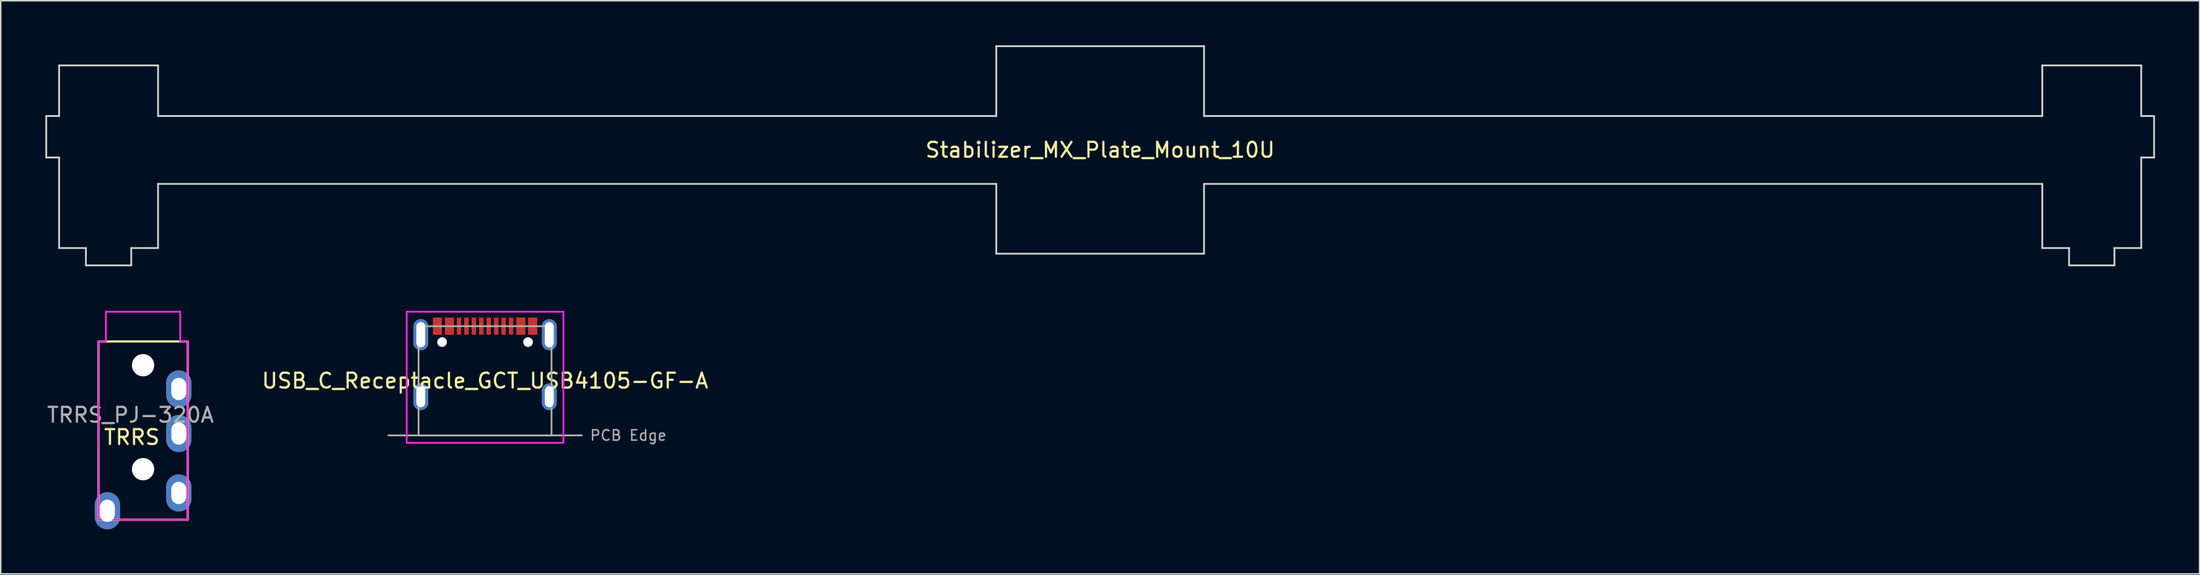
<source format=kicad_pcb>
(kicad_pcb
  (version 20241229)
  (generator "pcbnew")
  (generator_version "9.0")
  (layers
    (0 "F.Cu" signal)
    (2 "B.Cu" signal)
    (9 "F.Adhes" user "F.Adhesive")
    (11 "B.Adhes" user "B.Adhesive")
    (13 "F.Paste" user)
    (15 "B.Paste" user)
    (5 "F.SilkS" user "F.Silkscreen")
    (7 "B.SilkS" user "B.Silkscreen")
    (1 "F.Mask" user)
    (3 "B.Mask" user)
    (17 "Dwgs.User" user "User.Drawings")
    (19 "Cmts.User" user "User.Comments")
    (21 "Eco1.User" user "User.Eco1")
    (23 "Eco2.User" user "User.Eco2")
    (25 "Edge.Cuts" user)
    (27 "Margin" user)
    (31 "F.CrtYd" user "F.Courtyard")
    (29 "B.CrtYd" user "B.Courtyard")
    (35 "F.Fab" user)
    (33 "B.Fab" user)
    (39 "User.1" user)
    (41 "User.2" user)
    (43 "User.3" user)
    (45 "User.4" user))
  (footprint "USB_C_Receptacle_GCT_USB4105-GF-A"
    (layer "F.Cu")
    (at 29.565 22.587)
    (property "Reference" "USB_C_Receptacle_GCT_USB4105-GF-A" (at 0 0 0) (layer "F.SilkS") (effects (font (size 1 1) (thickness 0.15))))
    (attr smd)
    (fp_line (start -5.27 -4.65) (end -5.27 4.175) (stroke (width 0.12) (type solid)) (layer "F.CrtYd"))
    (fp_line (start -5.27 -4.65) (end 5.27 -4.65) (stroke (width 0.12) (type solid)) (layer "F.CrtYd"))
    (fp_line (start -5.27 4.175) (end 5.27 4.175) (stroke (width 0.12) (type solid)) (layer "F.CrtYd"))
    (fp_line (start 5.27 4.175) (end 5.27 -4.65) (stroke (width 0.12) (type solid)) (layer "F.CrtYd"))
    (fp_line (start -6.5 3.675) (end 6.5 3.675) (stroke (width 0.12) (type solid)) (layer "F.Fab"))
    (fp_line (start -4.47 -3.675) (end -4.47 3.675) (stroke (width 0.12) (type solid)) (layer "F.Fab"))
    (fp_line (start -4.47 3.675) (end 4.47 3.675) (stroke (width 0.12) (type solid)) (layer "F.Fab"))
    (fp_line (start 4.47 -3.675) (end -4.47 -3.675) (stroke (width 0.12) (type solid)) (layer "F.Fab"))
    (fp_line (start 4.47 3.675) (end 4.47 -3.675) (stroke (width 0.12) (type solid)) (layer "F.Fab"))
    (fp_text user "PCB Edge" (at 7 3.675 0) (layer "F.Fab") (effects (font (size 0.7 0.7) (thickness 0.1)) (justify left)))
    (pad "" np_thru_hole circle (at -2.89 -2.605) (size 0.65 0.65) (drill 0.65) (layers "*.Cu" "*.Mask"))
    (pad "" np_thru_hole circle (at 2.89 -2.605) (size 0.65 0.65) (drill 0.65) (layers "*.Cu" "*.Mask"))
    (pad "A1" smd rect (at -3.2 -3.68) (size 0.6 1.15) (layers "F.Cu" "F.Mask" "F.Paste"))
    (pad "A4" smd rect (at -2.4 -3.68) (size 0.6 1.15) (layers "F.Cu" "F.Mask" "F.Paste"))
    (pad "A5" smd rect (at -1.25 -3.68) (size 0.3 1.15) (layers "F.Cu" "F.Mask" "F.Paste"))
    (pad "A6" smd rect (at -0.25 -3.68) (size 0.3 1.15) (layers "F.Cu" "F.Mask" "F.Paste"))
    (pad "A7" smd rect (at 0.25 -3.68) (size 0.3 1.15) (layers "F.Cu" "F.Mask" "F.Paste"))
    (pad "A8" smd rect (at 1.25 -3.68) (size 0.3 1.15) (layers "F.Cu" "F.Mask" "F.Paste"))
    (pad "A9" smd rect (at 2.4 -3.68) (size 0.6 1.15) (layers "F.Cu" "F.Mask" "F.Paste"))
    (pad "A12" smd rect (at 3.2 -3.68) (size 0.6 1.15) (layers "F.Cu" "F.Mask" "F.Paste"))
    (pad "B1" smd rect (at 3.2 -3.68) (size 0.6 1.15) (layers "F.Cu" "F.Mask" "F.Paste"))
    (pad "B4" smd rect (at 2.4 -3.68) (size 0.6 1.15) (layers "F.Cu" "F.Mask" "F.Paste"))
    (pad "B5" smd rect (at 1.75 -3.68) (size 0.3 1.15) (layers "F.Cu" "F.Mask" "F.Paste"))
    (pad "B6" smd rect (at 0.75 -3.68) (size 0.3 1.15) (layers "F.Cu" "F.Mask" "F.Paste"))
    (pad "B7" smd rect (at -0.75 -3.68) (size 0.3 1.15) (layers "F.Cu" "F.Mask" "F.Paste"))
    (pad "B8" smd rect (at -1.75 -3.68) (size 0.3 1.15) (layers "F.Cu" "F.Mask" "F.Paste"))
    (pad "B9" smd rect (at -2.4 -3.68) (size 0.6 1.15) (layers "F.Cu" "F.Mask" "F.Paste"))
    (pad "B12" smd rect (at -3.2 -3.68) (size 0.6 1.15) (layers "F.Cu" "F.Mask" "F.Paste"))
    (pad "S1" thru_hole oval (at -4.32 -3.105) (size 1 2.1) (drill oval 0.6 1.7) (layers "*.Cu" "*.Mask"))
    (pad "S1" thru_hole oval (at -4.32 1.075) (size 1 1.8) (drill oval 0.6 1.4) (layers "*.Cu" "*.Mask"))
    (pad "S1" thru_hole oval (at 4.32 -3.105) (size 1 2.1) (drill oval 0.6 1.7) (layers "*.Cu" "*.Mask"))
    (pad "S1" thru_hole oval (at 4.32 1.075) (size 1 1.8) (drill oval 0.6 1.4) (layers "*.Cu" "*.Mask")))
  (footprint "Stabilizer_MX_Plate_Mount_10U"
    (layer "F.Cu")
    (at 70.926 7.045)
    (property "Reference" "Stabilizer_MX_Plate_Mount_10U" (at 0 0 0) (layer "F.SilkS") (effects (font (size 1 1) (thickness 0.15))))
    (attr through_hole)
    (fp_line (start -70.866 -2.286) (end -70.866 0.508) (stroke (width 0.12) (type solid)) (layer "Edge.Cuts"))
    (fp_line (start -70.866 0.508) (end -70.002 0.508) (stroke (width 0.12) (type solid)) (layer "Edge.Cuts"))
    (fp_line (start -70.002 -5.69) (end -70.002 -2.286) (stroke (width 0.12) (type solid)) (layer "Edge.Cuts"))
    (fp_line (start -70.002 -2.286) (end -70.866 -2.286) (stroke (width 0.12) (type solid)) (layer "Edge.Cuts"))
    (fp_line (start -70.002 0.508) (end -70.002 6.604) (stroke (width 0.12) (type solid)) (layer "Edge.Cuts"))
    (fp_line (start -70.002 6.604) (end -68.199 6.604) (stroke (width 0.12) (type solid)) (layer "Edge.Cuts"))
    (fp_line (start -68.199 6.604) (end -68.199 7.772) (stroke (width 0.12) (type solid)) (layer "Edge.Cuts"))
    (fp_line (start -68.199 7.772) (end -65.151 7.772) (stroke (width 0.12) (type solid)) (layer "Edge.Cuts"))
    (fp_line (start -65.151 6.604) (end -63.348 6.604) (stroke (width 0.12) (type solid)) (layer "Edge.Cuts"))
    (fp_line (start -65.151 7.772) (end -65.151 6.604) (stroke (width 0.12) (type solid)) (layer "Edge.Cuts"))
    (fp_line (start -63.348 -5.69) (end -70.002 -5.69) (stroke (width 0.12) (type solid)) (layer "Edge.Cuts"))
    (fp_line (start -63.348 -2.286) (end -63.348 -5.69) (stroke (width 0.12) (type solid)) (layer "Edge.Cuts"))
    (fp_line (start -63.348 2.286) (end -6.985 2.286) (stroke (width 0.12) (type solid)) (layer "Edge.Cuts"))
    (fp_line (start -63.348 6.604) (end -63.348 2.286) (stroke (width 0.12) (type solid)) (layer "Edge.Cuts"))
    (fp_line (start -6.985 -6.985) (end -6.985 -2.286) (stroke (width 0.12) (type solid)) (layer "Edge.Cuts"))
    (fp_line (start -6.985 -6.985) (end 6.985 -6.985) (stroke (width 0.12) (type solid)) (layer "Edge.Cuts"))
    (fp_line (start -6.985 -2.286) (end -63.348 -2.286) (stroke (width 0.12) (type solid)) (layer "Edge.Cuts"))
    (fp_line (start -6.985 2.286) (end -6.985 6.985) (stroke (width 0.12) (type solid)) (layer "Edge.Cuts"))
    (fp_line (start -6.985 6.985) (end 6.985 6.985) (stroke (width 0.12) (type solid)) (layer "Edge.Cuts"))
    (fp_line (start 6.985 -6.985) (end 6.985 -2.286) (stroke (width 0.12) (type solid)) (layer "Edge.Cuts"))
    (fp_line (start 6.985 -2.286) (end 63.348 -2.286) (stroke (width 0.12) (type solid)) (layer "Edge.Cuts"))
    (fp_line (start 6.985 2.286) (end 6.985 6.985) (stroke (width 0.12) (type solid)) (layer "Edge.Cuts"))
    (fp_line (start 63.348 -5.69) (end 70.002 -5.69) (stroke (width 0.12) (type solid)) (layer "Edge.Cuts"))
    (fp_line (start 63.348 -2.286) (end 63.348 -5.69) (stroke (width 0.12) (type solid)) (layer "Edge.Cuts"))
    (fp_line (start 63.348 2.286) (end 6.985 2.286) (stroke (width 0.12) (type solid)) (layer "Edge.Cuts"))
    (fp_line (start 63.348 6.604) (end 63.348 2.286) (stroke (width 0.12) (type solid)) (layer "Edge.Cuts"))
    (fp_line (start 65.151 6.604) (end 63.348 6.604) (stroke (width 0.12) (type solid)) (layer "Edge.Cuts"))
    (fp_line (start 65.151 7.772) (end 65.151 6.604) (stroke (width 0.12) (type solid)) (layer "Edge.Cuts"))
    (fp_line (start 68.199 6.604) (end 68.199 7.772) (stroke (width 0.12) (type solid)) (layer "Edge.Cuts"))
    (fp_line (start 68.199 7.772) (end 65.151 7.772) (stroke (width 0.12) (type solid)) (layer "Edge.Cuts"))
    (fp_line (start 70.002 -5.69) (end 70.002 -2.286) (stroke (width 0.12) (type solid)) (layer "Edge.Cuts"))
    (fp_line (start 70.002 -2.286) (end 70.866 -2.286) (stroke (width 0.12) (type solid)) (layer "Edge.Cuts"))
    (fp_line (start 70.002 0.508) (end 70.002 6.604) (stroke (width 0.12) (type solid)) (layer "Edge.Cuts"))
    (fp_line (start 70.002 6.604) (end 68.199 6.604) (stroke (width 0.12) (type solid)) (layer "Edge.Cuts"))
    (fp_line (start 70.866 -2.286) (end 70.866 0.508) (stroke (width 0.12) (type solid)) (layer "Edge.Cuts"))
    (fp_line (start 70.866 0.508) (end 70.002 0.508) (stroke (width 0.12) (type solid)) (layer "Edge.Cuts")))
  (footprint "TRRS_PJ-320A"
    (layer "F.Cu")
    (at 6.57 19.937)
    (property "Reference" "TRRS_PJ-320A" (at -0.85 4.95 0) (layer "F.Fab") (effects (font (size 1 1) (thickness 0.15))))
    (attr through_hole)
    (fp_line (start -3 0) (end 3 0) (stroke (width 0.15) (type solid)) (layer "F.SilkS"))
    (fp_line (start -3 12) (end -3 0) (stroke (width 0.15) (type solid)) (layer "F.SilkS"))
    (fp_line (start 3 0) (end 3 12) (stroke (width 0.15) (type solid)) (layer "F.SilkS"))
    (fp_line (start 3 12) (end -3 12) (stroke (width 0.15) (type solid)) (layer "F.SilkS"))
    (fp_line (start -3 0) (end -2.5 0) (stroke (width 0.12) (type solid)) (layer "F.CrtYd"))
    (fp_line (start -3 12) (end -3 0) (stroke (width 0.12) (type solid)) (layer "F.CrtYd"))
    (fp_line (start -2.5 -2) (end 2.5 -2) (stroke (width 0.12) (type solid)) (layer "F.CrtYd"))
    (fp_line (start -2.5 0) (end -2.5 -2) (stroke (width 0.12) (type solid)) (layer "F.CrtYd"))
    (fp_line (start 2.5 -2) (end 2.5 0) (stroke (width 0.12) (type solid)) (layer "F.CrtYd"))
    (fp_line (start 2.5 0) (end 3 0) (stroke (width 0.12) (type solid)) (layer "F.CrtYd"))
    (fp_line (start 3 0) (end 3 12) (stroke (width 0.12) (type solid)) (layer "F.CrtYd"))
    (fp_line (start 3 12) (end -3 12) (stroke (width 0.12) (type solid)) (layer "F.CrtYd"))
    (fp_text user "TRRS" (at -0.75 6.45 0) (layer "F.SilkS") (effects (font (size 1 1) (thickness 0.15))))
    (pad "" np_thru_hole circle (at 0 1.6) (size 1.5 1.5) (drill 1.5) (layers "*.Cu" "*.Mask"))
    (pad "" np_thru_hole circle (at 0 8.6) (size 1.5 1.5) (drill 1.5) (layers "*.Cu" "*.Mask"))
    (pad "A" thru_hole oval (at -2.4 11.4) (size 1.7 2.5) (drill oval 1 1.5) (layers "*.Cu" "*.Mask"))
    (pad "B" thru_hole oval (at 2.4 3.2) (size 1.7 2.5) (drill oval 1 1.5) (layers "*.Cu" "*.Mask"))
    (pad "C" thru_hole oval (at 2.4 6.2) (size 1.7 2.5) (drill oval 1 1.5) (layers "*.Cu" "*.Mask"))
    (pad "D" thru_hole oval (at 2.4 10.2) (size 1.7 2.5) (drill oval 1 1.5) (layers "*.Cu" "*.Mask")))
  (gr_rect
    (start -3 -3)
    (end 144.852 35.587)
    (stroke (width 0.1) (type default))
    (fill no)
    (layer "Edge.Cuts")))
</source>
